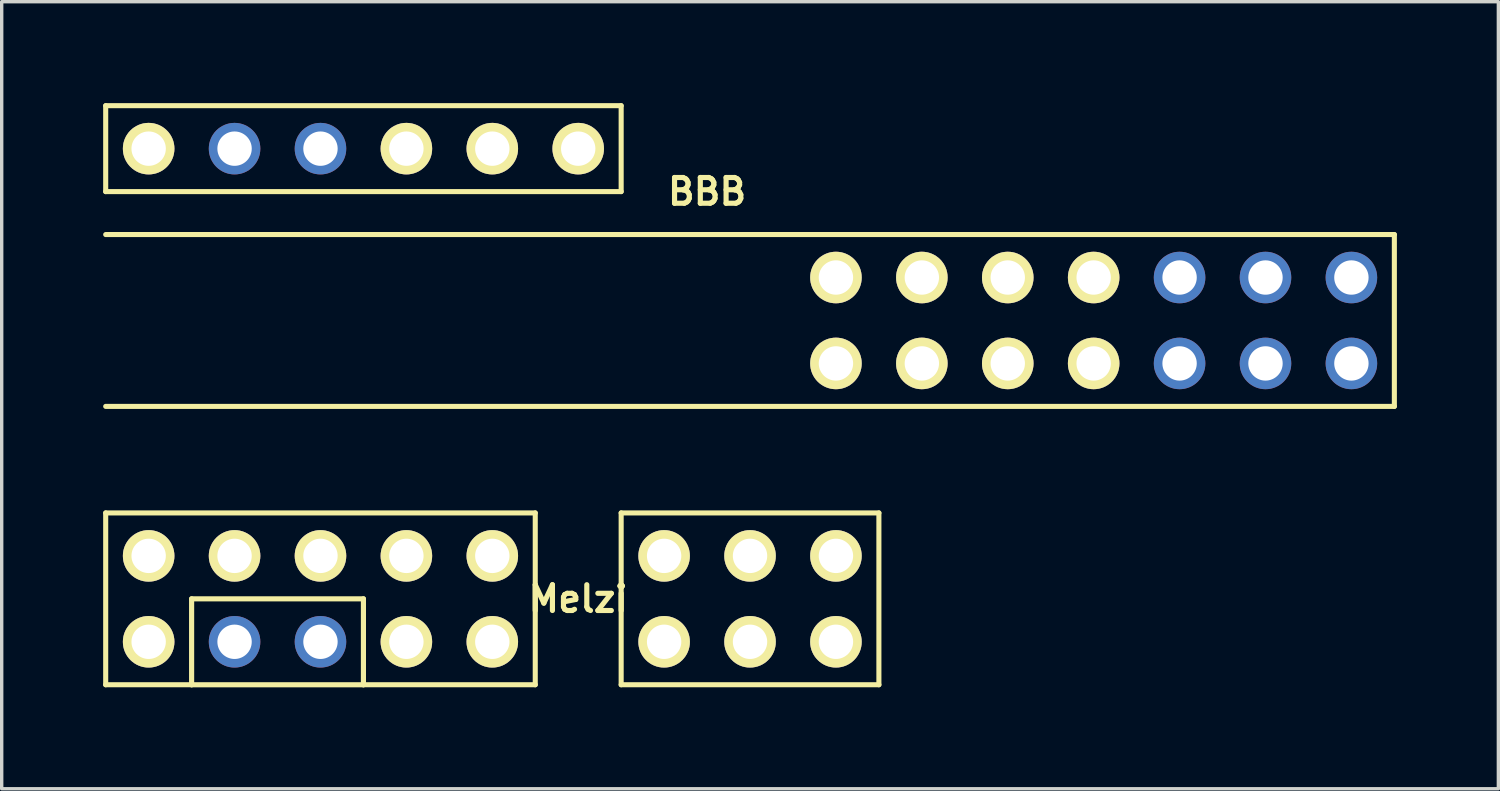
<source format=kicad_pcb>
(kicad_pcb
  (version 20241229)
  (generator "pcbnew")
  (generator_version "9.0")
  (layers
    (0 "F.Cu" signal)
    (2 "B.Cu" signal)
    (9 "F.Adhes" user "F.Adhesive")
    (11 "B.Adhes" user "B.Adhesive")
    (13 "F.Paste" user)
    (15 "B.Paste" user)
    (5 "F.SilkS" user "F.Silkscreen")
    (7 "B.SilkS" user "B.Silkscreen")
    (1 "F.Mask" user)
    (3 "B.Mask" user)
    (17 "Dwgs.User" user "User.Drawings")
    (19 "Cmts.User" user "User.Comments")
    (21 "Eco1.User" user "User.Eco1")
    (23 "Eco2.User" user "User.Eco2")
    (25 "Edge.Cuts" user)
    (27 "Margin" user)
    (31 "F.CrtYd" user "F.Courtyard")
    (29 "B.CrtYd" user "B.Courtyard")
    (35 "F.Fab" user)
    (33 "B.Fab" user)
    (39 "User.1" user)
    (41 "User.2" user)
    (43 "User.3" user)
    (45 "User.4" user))
  (footprint "Melzi"
    (layer "F.Cu")
    (at 17.855 15.925)
    (property "Reference" "Melzi" (at -3.81 -1.27 0) (layer "F.SilkS") (effects (font (size 0.762 0.762) (thickness 0.152))))
    (attr through_hole)
    (fp_line (start -17.78 -3.81) (end -17.78 1.27) (stroke (width 0.15) (type solid)) (layer "F.SilkS"))
    (fp_line (start -17.78 1.27) (end -15.24 1.27) (stroke (width 0.15) (type solid)) (layer "F.SilkS"))
    (fp_line (start -15.24 -1.27) (end -15.24 1.27) (stroke (width 0.152) (type solid)) (layer "F.SilkS"))
    (fp_line (start -15.24 1.27) (end -10.16 1.27) (stroke (width 0.152) (type solid)) (layer "F.SilkS"))
    (fp_line (start -10.16 -1.27) (end -15.24 -1.27) (stroke (width 0.152) (type solid)) (layer "F.SilkS"))
    (fp_line (start -10.16 1.27) (end -10.16 -1.27) (stroke (width 0.152) (type solid)) (layer "F.SilkS"))
    (fp_line (start -10.16 1.27) (end -5.08 1.27) (stroke (width 0.15) (type solid)) (layer "F.SilkS"))
    (fp_line (start -5.08 -3.81) (end -17.78 -3.81) (stroke (width 0.15) (type solid)) (layer "F.SilkS"))
    (fp_line (start -5.08 1.27) (end -5.08 -3.81) (stroke (width 0.15) (type solid)) (layer "F.SilkS"))
    (fp_line (start -2.54 -3.81) (end -2.54 1.27) (stroke (width 0.15) (type solid)) (layer "F.SilkS"))
    (fp_line (start -2.54 1.27) (end 5.08 1.27) (stroke (width 0.15) (type solid)) (layer "F.SilkS"))
    (fp_line (start 5.08 -3.81) (end -2.54 -3.81) (stroke (width 0.15) (type solid)) (layer "F.SilkS"))
    (fp_line (start 5.08 1.27) (end 5.08 -3.81) (stroke (width 0.15) (type solid)) (layer "F.SilkS"))
    (pad "5V" thru_hole circle (at -16.51 0 180) (size 1.524 1.524) (drill 1.016) (layers "*.Cu" "*.Mask" "F.SilkS"))
    (pad "5V" thru_hole circle (at 3.81 -2.54 180) (size 1.524 1.524) (drill 1.016) (layers "*.Cu" "*.Mask" "F.SilkS"))
    (pad "A1" thru_hole circle (at -6.35 -2.54 180) (size 1.524 1.524) (drill 1.016) (layers "*.Cu" "*.Mask" "F.SilkS"))
    (pad "A2" thru_hole circle (at -8.89 -2.54 180) (size 1.524 1.524) (drill 1.016) (layers "*.Cu" "*.Mask" "F.SilkS"))
    (pad "A3" thru_hole circle (at -11.43 -2.54 180) (size 1.524 1.524) (drill 1.016) (layers "*.Cu" "*.Mask" "F.SilkS"))
    (pad "A4" thru_hole circle (at -13.97 -2.54 180) (size 1.524 1.524) (drill 1.016) (layers "*.Cu" "*.Mask" "F.SilkS"))
    (pad "D16" thru_hole circle (at -8.89 0 180) (size 1.524 1.524) (drill 1.016) (layers "*.Cu" "*.Mask" "F.SilkS"))
    (pad "D17" thru_hole circle (at -6.35 0 180) (size 1.524 1.524) (drill 1.016) (layers "*.Cu" "*.Mask" "F.SilkS"))
    (pad "GND" thru_hole circle (at -1.27 -2.54 180) (size 1.524 1.524) (drill 1.016) (layers "*.Cu" "*.Mask" "F.SilkS"))
    (pad "GND2" thru_hole circle (at -16.51 -2.54 180) (size 1.524 1.524) (drill 1.016) (layers "*.Cu" "*.Mask" "F.SilkS"))
    (pad "MISO" thru_hole circle (at 3.81 0 180) (size 1.524 1.524) (drill 1.016) (layers "*.Cu" "*.Mask" "F.SilkS"))
    (pad "MOSI" thru_hole circle (at 1.27 -2.54 180) (size 1.524 1.524) (drill 1.016) (layers "*.Cu" "*.Mask" "F.SilkS"))
    (pad "RxD" thru_hole circle (at -13.97 0 180) (size 1.524 1.524) (drill 1.016) (layers "*.Cu" "*.Mask"))
    (pad "SCK" thru_hole circle (at 1.27 0 180) (size 1.524 1.524) (drill 1.016) (layers "*.Cu" "*.Mask" "F.SilkS"))
    (pad "TxD" thru_hole circle (at -11.43 0 180) (size 1.524 1.524) (drill 1.016) (layers "*.Cu" "*.Mask"))
    (pad "~RST" thru_hole circle (at -1.27 0 180) (size 1.524 1.524) (drill 1.016) (layers "*.Cu" "*.Mask" "F.SilkS")))
  (footprint "BBB"
    (layer "F.Cu")
    (at 8.965 5.155)
    (property "Reference" "BBB" (at 8.89 -2.54 0) (layer "F.SilkS") (effects (font (size 0.762 0.762) (thickness 0.152))))
    (attr through_hole)
    (fp_line (start -8.89 -5.08) (end 6.35 -5.08) (stroke (width 0.15) (type solid)) (layer "F.SilkS"))
    (fp_line (start -8.89 -2.54) (end -8.89 -5.08) (stroke (width 0.15) (type solid)) (layer "F.SilkS"))
    (fp_line (start 6.35 -5.08) (end 6.35 -2.54) (stroke (width 0.15) (type solid)) (layer "F.SilkS"))
    (fp_line (start 6.35 -2.54) (end -8.89 -2.54) (stroke (width 0.15) (type solid)) (layer "F.SilkS"))
    (fp_line (start 29.21 -1.27) (end -8.89 -1.27) (stroke (width 0.15) (type solid)) (layer "F.SilkS"))
    (fp_line (start 29.21 -1.27) (end 29.21 3.81) (stroke (width 0.15) (type solid)) (layer "F.SilkS"))
    (fp_line (start 29.21 3.81) (end -8.89 3.81) (stroke (width 0.15) (type solid)) (layer "F.SilkS"))
    (pad "30" thru_hole circle (at 15.24 2.54 180) (size 1.524 1.524) (drill 1.016) (layers "*.Cu" "*.Mask" "F.SilkS"))
    (pad "31" thru_hole circle (at 12.7 2.54 180) (size 1.524 1.524) (drill 1.016) (layers "*.Cu" "*.Mask" "F.SilkS"))
    (pad "50" thru_hole circle (at 12.7 0 180) (size 1.524 1.524) (drill 1.016) (layers "*.Cu" "*.Mask" "F.SilkS"))
    (pad "60" thru_hole circle (at 15.24 0 180) (size 1.524 1.524) (drill 1.016) (layers "*.Cu" "*.Mask" "F.SilkS"))
    (pad "GND" thru_hole circle (at 5.08 -3.81 180) (size 1.524 1.524) (drill 1.016) (layers "*.Cu" "*.Mask" "F.SilkS"))
    (pad "GND" thru_hole circle (at 27.94 0 180) (size 1.524 1.524) (drill 1.016) (layers "*.Cu" "*.Mask"))
    (pad "GND" thru_hole circle (at 27.94 2.54 180) (size 1.524 1.524) (drill 1.016) (layers "*.Cu" "*.Mask"))
    (pad "PBUT" thru_hole circle (at 17.78 2.54 180) (size 1.524 1.524) (drill 1.016) (layers "*.Cu" "*.Mask" "F.SilkS"))
    (pad "RST" thru_hole circle (at 17.78 0 180) (size 1.524 1.524) (drill 1.016) (layers "*.Cu" "*.Mask" "F.SilkS"))
    (pad "RxD" thru_hole circle (at -2.54 -3.81 180) (size 1.524 1.524) (drill 1.016) (layers "*.Cu" "*.Mask"))
    (pad "TxD" thru_hole circle (at -5.08 -3.81 180) (size 1.524 1.524) (drill 1.016) (layers "*.Cu" "*.Mask"))
    (pad "VDD" thru_hole circle (at 22.86 0 180) (size 1.524 1.524) (drill 1.016) (layers "*.Cu" "*.Mask"))
    (pad "VDD" thru_hole circle (at 22.86 2.54 180) (size 1.524 1.524) (drill 1.016) (layers "*.Cu" "*.Mask"))
    (pad "VSYS" thru_hole circle (at 20.32 0 180) (size 1.524 1.524) (drill 1.016) (layers "*.Cu" "*.Mask" "F.SilkS"))
    (pad "VSYS" thru_hole circle (at 20.32 2.54 180) (size 1.524 1.524) (drill 1.016) (layers "*.Cu" "*.Mask" "F.SilkS"))
    (pad "X" thru_hole circle (at -7.62 -3.81 180) (size 1.524 1.524) (drill 1.016) (layers "*.Cu" "*.Mask" "F.SilkS"))
    (pad "X" thru_hole circle (at 0 -3.81 180) (size 1.524 1.524) (drill 1.016) (layers "*.Cu" "*.Mask" "F.SilkS"))
    (pad "X" thru_hole circle (at 2.54 -3.81 180) (size 1.524 1.524) (drill 1.016) (layers "*.Cu" "*.Mask" "F.SilkS"))
    (pad "X" thru_hole circle (at 25.4 0 180) (size 1.524 1.524) (drill 1.016) (layers "*.Cu" "*.Mask"))
    (pad "X" thru_hole circle (at 25.4 2.54 180) (size 1.524 1.524) (drill 1.016) (layers "*.Cu" "*.Mask")))
  (gr_rect
    (start -3 -3)
    (end 41.25 20.271)
    (stroke (width 0.1) (type default))
    (fill no)
    (layer "Edge.Cuts")))
</source>
